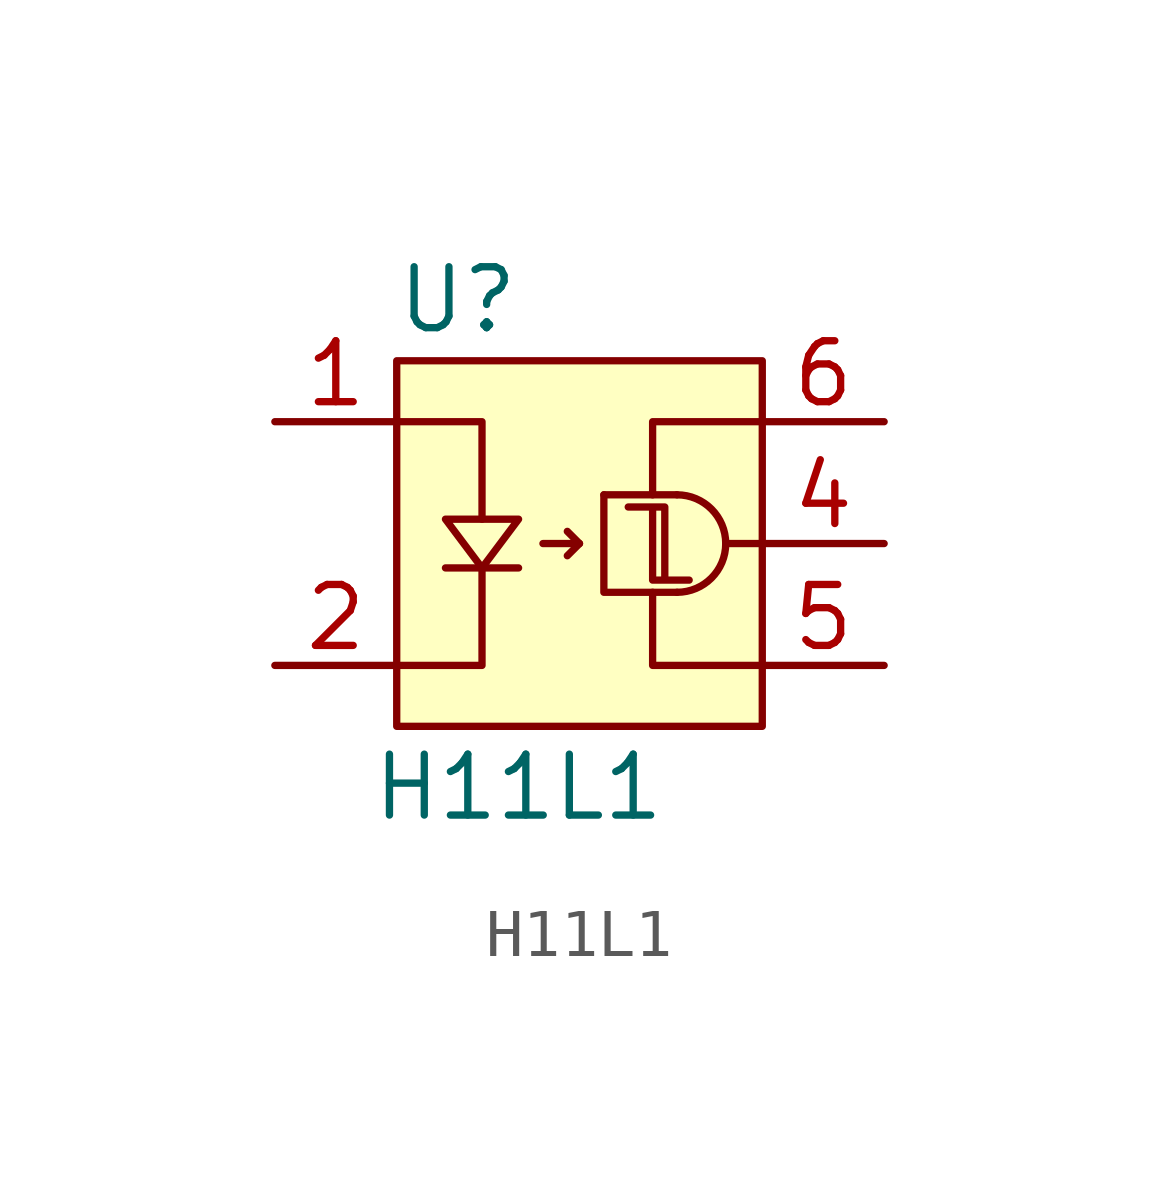
<source format=kicad_sym>
(kicad_symbol_lib
  (version 20211014)
  (generator kicad_symbol_editor)
  (symbol "H11L1"
    (pin_names
      (offset 1.016) hide)
    (property "Reference" "U"
      (at -2.54 5.08 0)
      (effects (font (size 1.27 1.27))))
    (property "Value" "H11L1"
      (at -1.27 -5.08 0)
      (effects (font (size 1.27 1.27))))
    (symbol "H11L1_0_1"
      (rectangle (start -3.81 3.81) (end 3.81 -3.81) (stroke (width 0) (type default) (color 0 0 0 0)) (fill (type background)))
      (polyline (pts (xy -2.794 -0.508) (xy -1.27 -0.508)) (stroke (width 0) (type default) (color 0 0 0 0)) (fill (type none)))
      (polyline (pts (xy 0 0) (xy -0.254 -0.254)) (stroke (width 0) (type default) (color 0 0 0 0)) (fill (type none)))
      (polyline (pts (xy 0.508 1.016) (xy 2.032 1.016)) (stroke (width 0) (type default) (color 0 0 0 0)) (fill (type none)))
      (polyline (pts (xy 3.048 0) (xy 3.81 0)) (stroke (width 0) (type default) (color 0 0 0 0)) (fill (type none)))
      (polyline (pts (xy -3.81 -2.54) (xy -2.032 -2.54) (xy -2.032 -0.508)) (stroke (width 0) (type default) (color 0 0 0 0)) (fill (type none)))
      (polyline (pts (xy -3.81 2.54) (xy -2.032 2.54) (xy -2.032 0.508)) (stroke (width 0) (type default) (color 0 0 0 0)) (fill (type none)))
      (polyline (pts (xy -0.762 0) (xy 0 0) (xy -0.254 0.254)) (stroke (width 0) (type default) (color 0 0 0 0)) (fill (type none)))
      (polyline (pts (xy 0.508 1.016) (xy 0.508 -1.016) (xy 2.032 -1.016)) (stroke (width 0) (type default) (color 0 0 0 0)) (fill (type none)))
      (polyline (pts (xy 1.524 -1.016) (xy 1.524 -2.54) (xy 3.81 -2.54)) (stroke (width 0) (type default) (color 0 0 0 0)) (fill (type none)))
      (polyline (pts (xy 3.81 2.54) (xy 1.524 2.54) (xy 1.524 1.016)) (stroke (width 0) (type default) (color 0 0 0 0)) (fill (type none)))
      (polyline (pts (xy -2.032 -0.508) (xy -1.27 0.508) (xy -2.794 0.508) (xy -2.032 -0.508)) (stroke (width 0) (type default) (color 0 0 0 0)) (fill (type none)))
      (polyline (pts (xy 1.016 0.762) (xy 1.778 0.762) (xy 1.778 -0.762) (xy 2.286 -0.762) (xy 1.778 -0.762) (xy 1.524 -0.762) (xy 1.524 0.762)) (stroke (width 0) (type default) (color 0 0 0 0)) (fill (type none)))
      (arc (start 2.032 -1.016) (mid 3.048 0) (end 2.032 1.016) (stroke (width 0) (type default) (color 0 0 0 0)) (fill (type none))))
    (symbol "H11L1_1_1"
      (pin passive line (at -6.35 2.54 0) (length 2.54) (name "1" (effects (font (size 1.27 1.27)))) (number "1" (effects (font (size 1.27 1.27)))))
      (pin passive line (at -6.35 -2.54 0) (length 2.54) (name "2" (effects (font (size 1.27 1.27)))) (number "2" (effects (font (size 1.27 1.27)))))
      (pin passive line (at 6.35 0 180) (length 2.54) (name "4" (effects (font (size 1.27 1.27)))) (number "4" (effects (font (size 1.27 1.27)))))
      (pin passive line (at 6.35 -2.54 180) (length 2.54) (name "5" (effects (font (size 1.27 1.27)))) (number "5" (effects (font (size 1.27 1.27)))))
      (pin passive line (at 6.35 2.54 180) (length 2.54) (name "6" (effects (font (size 1.27 1.27)))) (number "6" (effects (font (size 1.27 1.27))))))))
</source>
